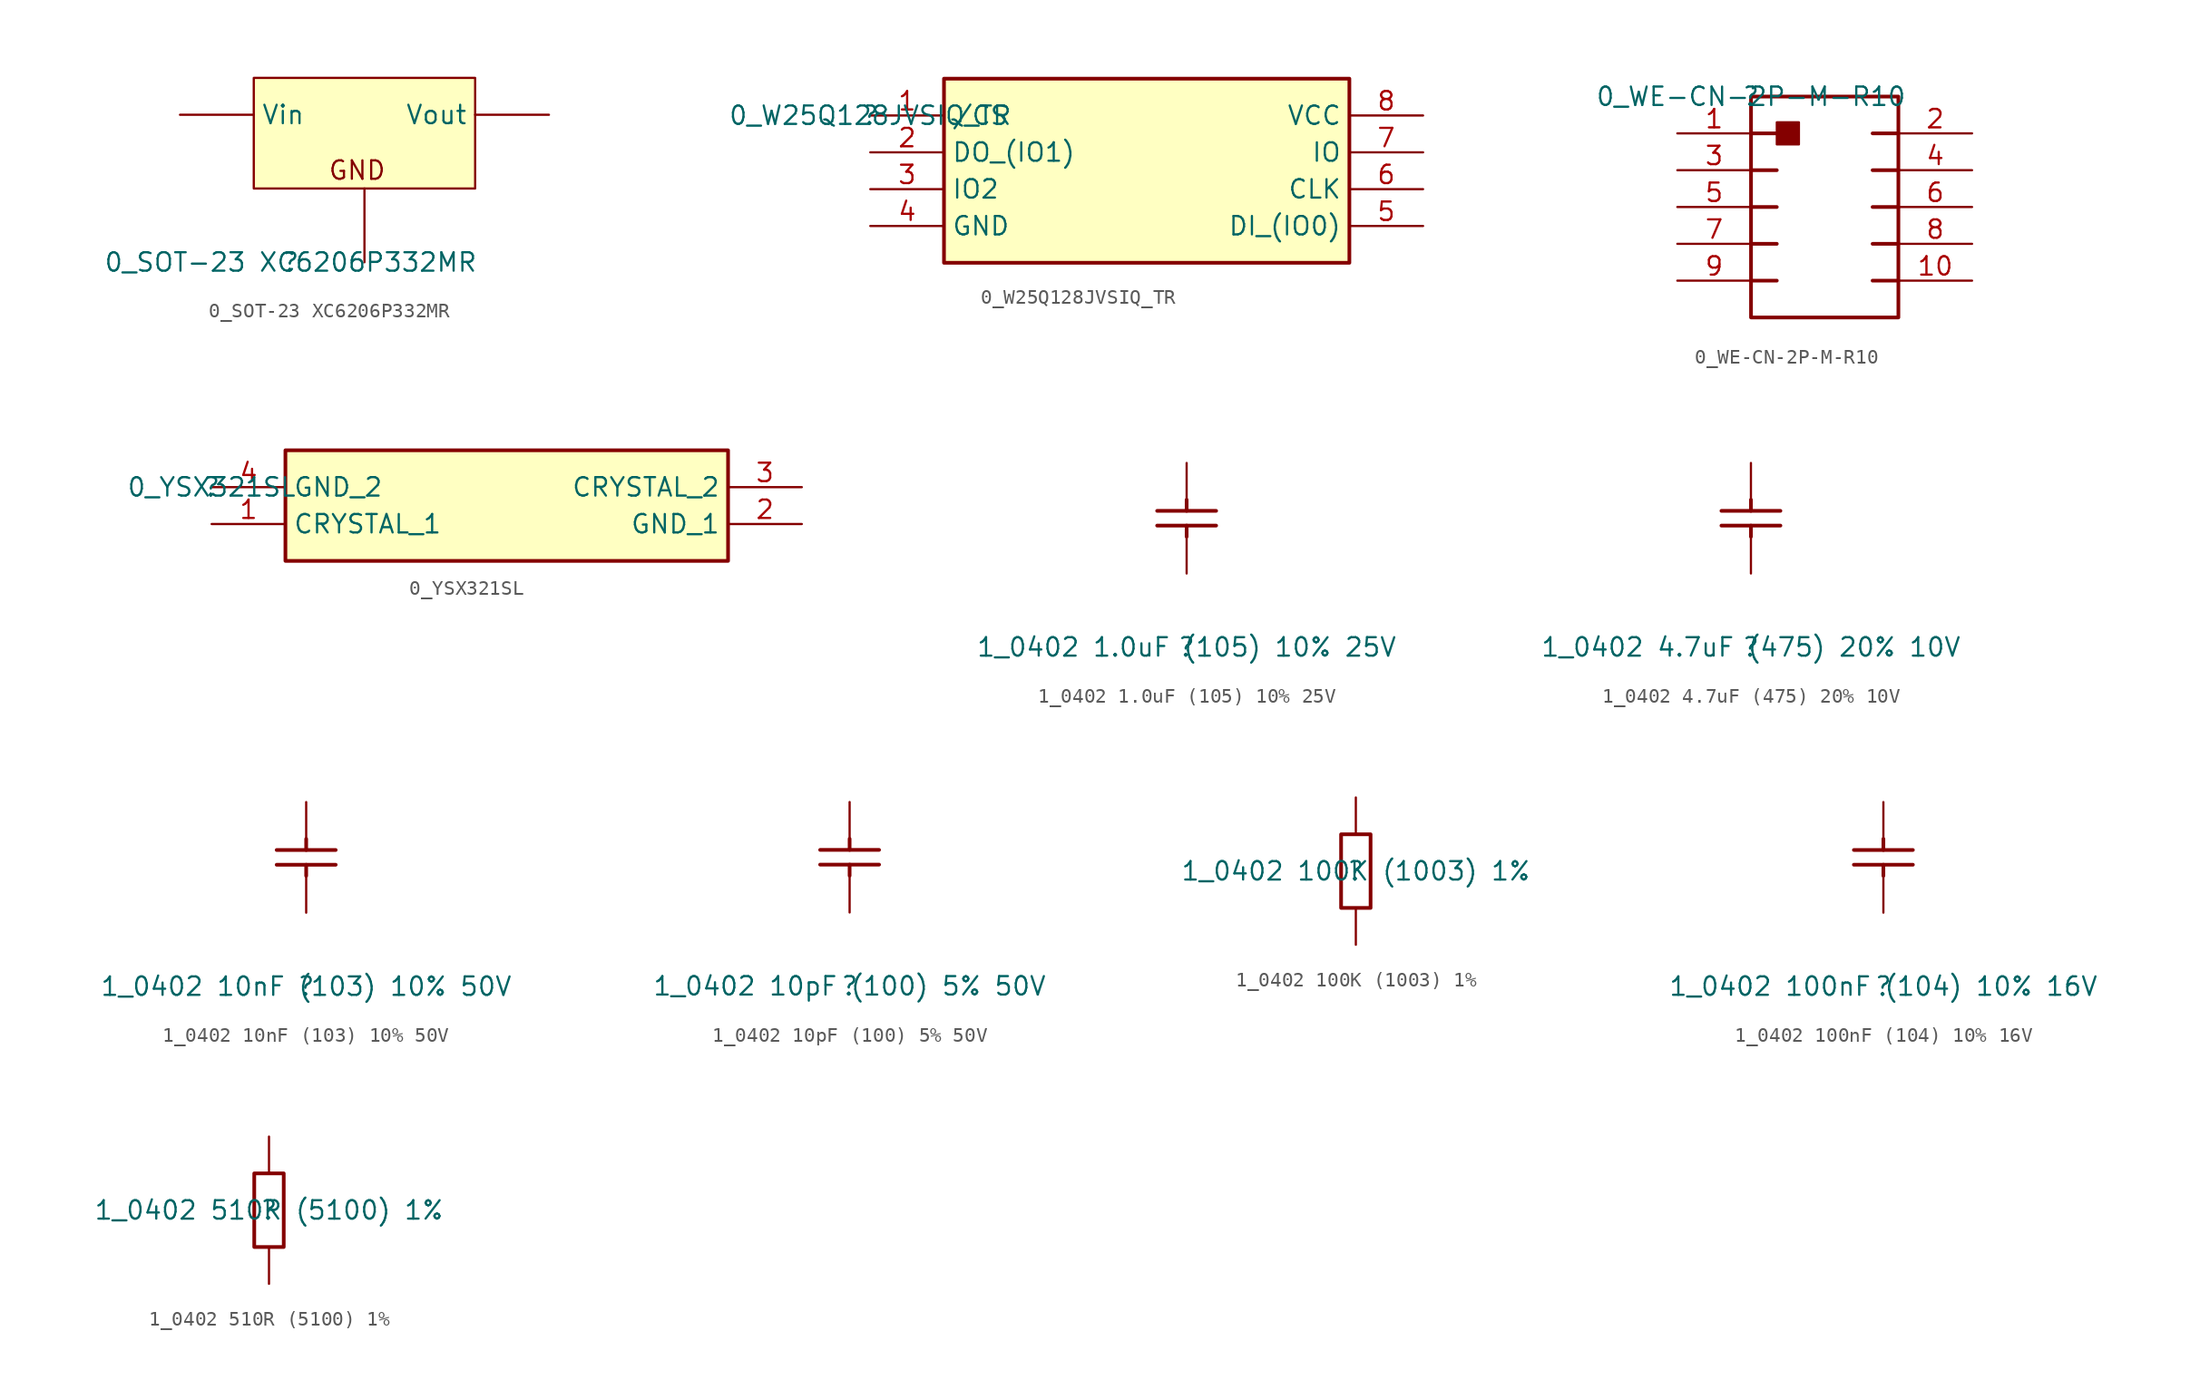
<source format=kicad_sym>
(kicad_symbol_lib
  (version 20211014)
  (generator kicad_symbol_editor)
  (symbol "0_SOT-23 XC6206P332MR"
    (property "Reference" ""
      (at 0 0 0)
      (effects (font (size 1.27 1.27))))
    (property "Value" "0_SOT-23 XC6206P332MR"
      (at 0 0 0)
      (effects (font (size 1.27 1.27))))
    (symbol "0_SOT-23 XC6206P332MR_1_0"
      (rectangle (start 12.7 12.7) (end -2.54 5.08) (stroke (width 0) (type default) (color 0 0 0 0)) (fill (type background)))
      (text "GND" (at 2.54 5.588 0) (effects (font (size 1.27 1.27)) (justify left bottom)))
      (pin passive line (at 5.08 0 90) (length 5.08) (name "GND" (effects (font (size 0 0)))) (number "1" (effects (font (size 0 0)))))
      (pin passive line (at 17.78 10.16 180) (length 5.08) (name "Vout" (effects (font (size 1.27 1.27)))) (number "2" (effects (font (size 0 0)))))
      (pin passive line (at -7.62 10.16 0) (length 5.08) (name "Vin" (effects (font (size 1.27 1.27)))) (number "3" (effects (font (size 0 0)))))))
  (symbol "0_W25Q128JVSIQ_TR"
    (property "Reference" ""
      (at 0 0 0)
      (effects (font (size 1.27 1.27))))
    (property "Value" "0_W25Q128JVSIQ_TR"
      (at 0 0 0)
      (effects (font (size 1.27 1.27))))
    (symbol "0_W25Q128JVSIQ_TR_1_0"
      (rectangle (start 33.02 2.54) (end 5.08 -10.16) (stroke (width 0.254) (type default) (color 0 0 0 0)) (fill (type background)))
      (pin passive line (at 0 0 0) (length 5.08) (name "/CS" (effects (font (size 1.27 1.27)))) (number "1" (effects (font (size 1.27 1.27)))))
      (pin passive line (at 0 -2.54 0) (length 5.08) (name "DO_(IO1)" (effects (font (size 1.27 1.27)))) (number "2" (effects (font (size 1.27 1.27)))))
      (pin passive line (at 0 -5.08 0) (length 5.08) (name "IO2" (effects (font (size 1.27 1.27)))) (number "3" (effects (font (size 1.27 1.27)))))
      (pin passive line (at 0 -7.62 0) (length 5.08) (name "GND" (effects (font (size 1.27 1.27)))) (number "4" (effects (font (size 1.27 1.27)))))
      (pin passive line (at 38.1 -7.62 180) (length 5.08) (name "DI_(IO0)" (effects (font (size 1.27 1.27)))) (number "5" (effects (font (size 1.27 1.27)))))
      (pin passive line (at 38.1 -5.08 180) (length 5.08) (name "CLK" (effects (font (size 1.27 1.27)))) (number "6" (effects (font (size 1.27 1.27)))))
      (pin passive line (at 38.1 -2.54 180) (length 5.08) (name "IO" (effects (font (size 1.27 1.27)))) (number "7" (effects (font (size 1.27 1.27)))))
      (pin passive line (at 38.1 0 180) (length 5.08) (name "VCC" (effects (font (size 1.27 1.27)))) (number "8" (effects (font (size 1.27 1.27)))))))
  (symbol "0_WE-CN-2P-M-R10"
    (property "Reference" ""
      (at 0 0 0)
      (effects (font (size 1.27 1.27))))
    (property "Value" "0_WE-CN-2P-M-R10"
      (at 0 0 0)
      (effects (font (size 1.27 1.27))))
    (symbol "0_WE-CN-2P-M-R10_1_0"
      (polyline (pts (xy 0 -12.7) (xy 1.778 -12.7)) (stroke (width 0.254) (type default) (color 0 0 0 0)) (fill (type none)))
      (polyline (pts (xy 0 -10.16) (xy 1.778 -10.16)) (stroke (width 0.254) (type default) (color 0 0 0 0)) (fill (type none)))
      (polyline (pts (xy 0 -7.62) (xy 1.778 -7.62)) (stroke (width 0.254) (type default) (color 0 0 0 0)) (fill (type none)))
      (polyline (pts (xy 0 -5.08) (xy 1.778 -5.08)) (stroke (width 0.254) (type default) (color 0 0 0 0)) (fill (type none)))
      (polyline (pts (xy 0 -2.54) (xy 1.778 -2.54)) (stroke (width 0.254) (type default) (color 0 0 0 0)) (fill (type none)))
      (polyline (pts (xy 10.16 -12.7) (xy 8.382 -12.7)) (stroke (width 0.254) (type default) (color 0 0 0 0)) (fill (type none)))
      (polyline (pts (xy 10.16 -10.16) (xy 8.382 -10.16)) (stroke (width 0.254) (type default) (color 0 0 0 0)) (fill (type none)))
      (polyline (pts (xy 10.16 -7.62) (xy 8.382 -7.62)) (stroke (width 0.254) (type default) (color 0 0 0 0)) (fill (type none)))
      (polyline (pts (xy 10.16 -5.08) (xy 8.382 -5.08)) (stroke (width 0.254) (type default) (color 0 0 0 0)) (fill (type none)))
      (polyline (pts (xy 10.16 -2.54) (xy 8.382 -2.54)) (stroke (width 0.254) (type default) (color 0 0 0 0)) (fill (type none)))
      (polyline (pts (xy 0 0) (xy 10.16 0) (xy 10.16 -15.24) (xy 0 -15.24) (xy 0 0) (xy 0 -1.27)) (stroke (width 0.254) (type default) (color 0 0 0 0)) (fill (type none)))
      (rectangle (start 3.302 -1.778) (end 1.778 -3.302) (stroke (width 0) (type default) (color 0 0 0 0)) (fill (type outline)))
      (pin passive line (at -5.08 -2.54 0) (length 5.08) (name "1" (effects (font (size 0 0)))) (number "1" (effects (font (size 1.27 1.27)))))
      (pin passive line (at 15.24 -12.7 180) (length 5.08) (name "10" (effects (font (size 0 0)))) (number "10" (effects (font (size 1.27 1.27)))))
      (pin passive line (at 15.24 -2.54 180) (length 5.08) (name "2" (effects (font (size 0 0)))) (number "2" (effects (font (size 1.27 1.27)))))
      (pin passive line (at -5.08 -5.08 0) (length 5.08) (name "3" (effects (font (size 0 0)))) (number "3" (effects (font (size 1.27 1.27)))))
      (pin passive line (at 15.24 -5.08 180) (length 5.08) (name "4" (effects (font (size 0 0)))) (number "4" (effects (font (size 1.27 1.27)))))
      (pin passive line (at -5.08 -7.62 0) (length 5.08) (name "5" (effects (font (size 0 0)))) (number "5" (effects (font (size 1.27 1.27)))))
      (pin passive line (at 15.24 -7.62 180) (length 5.08) (name "6" (effects (font (size 0 0)))) (number "6" (effects (font (size 1.27 1.27)))))
      (pin passive line (at -5.08 -10.16 0) (length 5.08) (name "7" (effects (font (size 0 0)))) (number "7" (effects (font (size 1.27 1.27)))))
      (pin passive line (at 15.24 -10.16 180) (length 5.08) (name "8" (effects (font (size 0 0)))) (number "8" (effects (font (size 1.27 1.27)))))
      (pin passive line (at -5.08 -12.7 0) (length 5.08) (name "9" (effects (font (size 0 0)))) (number "9" (effects (font (size 1.27 1.27)))))))
  (symbol "0_YSX321SL"
    (property "Reference" ""
      (at 0 0 0)
      (effects (font (size 1.27 1.27))))
    (property "Value" "0_YSX321SL"
      (at 0 0 0)
      (effects (font (size 1.27 1.27))))
    (symbol "0_YSX321SL_1_0"
      (rectangle (start 35.56 2.54) (end 5.08 -5.08) (stroke (width 0.254) (type default) (color 0 0 0 0)) (fill (type background)))
      (pin passive line (at 0 -2.54 0) (length 5.08) (name "CRYSTAL_1" (effects (font (size 1.27 1.27)))) (number "1" (effects (font (size 1.27 1.27)))))
      (pin passive line (at 40.64 -2.54 180) (length 5.08) (name "GND_1" (effects (font (size 1.27 1.27)))) (number "2" (effects (font (size 1.27 1.27)))))
      (pin passive line (at 40.64 0 180) (length 5.08) (name "CRYSTAL_2" (effects (font (size 1.27 1.27)))) (number "3" (effects (font (size 1.27 1.27)))))
      (pin passive line (at 0 0 0) (length 5.08) (name "GND_2" (effects (font (size 1.27 1.27)))) (number "4" (effects (font (size 1.27 1.27)))))))
  (symbol "1_0402 1.0uF (105) 10% 25V"
    (property "Reference" ""
      (at 0 0 0)
      (effects (font (size 1.27 1.27))))
    (property "Value" "1_0402 1.0uF (105) 10% 25V"
      (at 0 0 0)
      (effects (font (size 1.27 1.27))))
    (symbol "1_0402 1.0uF (105) 10% 25V_1_0"
      (polyline (pts (xy -2.032 9.398) (xy 2.032 9.398)) (stroke (width 0.254) (type default) (color 0 0 0 0)) (fill (type none)))
      (polyline (pts (xy 0 7.62) (xy 0 8.382)) (stroke (width 0.254) (type default) (color 0 0 0 0)) (fill (type none)))
      (polyline (pts (xy 0 10.16) (xy 0 9.398)) (stroke (width 0.254) (type default) (color 0 0 0 0)) (fill (type none)))
      (polyline (pts (xy 2.032 8.382) (xy -2.032 8.382)) (stroke (width 0.254) (type default) (color 0 0 0 0)) (fill (type none)))
      (pin passive line (at 0 5.08 90) (length 2.54) (name "1" (effects (font (size 0 0)))) (number "1" (effects (font (size 0 0)))))
      (pin passive line (at 0 12.7 270) (length 2.54) (name "2" (effects (font (size 0 0)))) (number "2" (effects (font (size 0 0)))))))
  (symbol "1_0402 4.7uF (475) 20% 10V"
    (property "Reference" ""
      (at 0 0 0)
      (effects (font (size 1.27 1.27))))
    (property "Value" "1_0402 4.7uF (475) 20% 10V"
      (at 0 0 0)
      (effects (font (size 1.27 1.27))))
    (symbol "1_0402 4.7uF (475) 20% 10V_1_0"
      (polyline (pts (xy -2.032 9.398) (xy 2.032 9.398)) (stroke (width 0.254) (type default) (color 0 0 0 0)) (fill (type none)))
      (polyline (pts (xy 0 7.62) (xy 0 8.382)) (stroke (width 0.254) (type default) (color 0 0 0 0)) (fill (type none)))
      (polyline (pts (xy 0 10.16) (xy 0 9.398)) (stroke (width 0.254) (type default) (color 0 0 0 0)) (fill (type none)))
      (polyline (pts (xy 2.032 8.382) (xy -2.032 8.382)) (stroke (width 0.254) (type default) (color 0 0 0 0)) (fill (type none)))
      (pin passive line (at 0 5.08 90) (length 2.54) (name "1" (effects (font (size 0 0)))) (number "1" (effects (font (size 0 0)))))
      (pin passive line (at 0 12.7 270) (length 2.54) (name "2" (effects (font (size 0 0)))) (number "2" (effects (font (size 0 0)))))))
  (symbol "1_0402 10nF (103) 10% 50V"
    (property "Reference" ""
      (at 0 0 0)
      (effects (font (size 1.27 1.27))))
    (property "Value" "1_0402 10nF (103) 10% 50V"
      (at 0 0 0)
      (effects (font (size 1.27 1.27))))
    (symbol "1_0402 10nF (103) 10% 50V_1_0"
      (polyline (pts (xy -2.032 9.398) (xy 2.032 9.398)) (stroke (width 0.254) (type default) (color 0 0 0 0)) (fill (type none)))
      (polyline (pts (xy 0 7.62) (xy 0 8.382)) (stroke (width 0.254) (type default) (color 0 0 0 0)) (fill (type none)))
      (polyline (pts (xy 0 10.16) (xy 0 9.398)) (stroke (width 0.254) (type default) (color 0 0 0 0)) (fill (type none)))
      (polyline (pts (xy 2.032 8.382) (xy -2.032 8.382)) (stroke (width 0.254) (type default) (color 0 0 0 0)) (fill (type none)))
      (pin passive line (at 0 5.08 90) (length 2.54) (name "1" (effects (font (size 0 0)))) (number "1" (effects (font (size 0 0)))))
      (pin passive line (at 0 12.7 270) (length 2.54) (name "2" (effects (font (size 0 0)))) (number "2" (effects (font (size 0 0)))))))
  (symbol "1_0402 10pF (100) 5% 50V"
    (property "Reference" ""
      (at 0 0 0)
      (effects (font (size 1.27 1.27))))
    (property "Value" "1_0402 10pF (100) 5% 50V"
      (at 0 0 0)
      (effects (font (size 1.27 1.27))))
    (symbol "1_0402 10pF (100) 5% 50V_1_0"
      (polyline (pts (xy -2.032 9.398) (xy 2.032 9.398)) (stroke (width 0.254) (type default) (color 0 0 0 0)) (fill (type none)))
      (polyline (pts (xy 0 7.62) (xy 0 8.382)) (stroke (width 0.254) (type default) (color 0 0 0 0)) (fill (type none)))
      (polyline (pts (xy 0 10.16) (xy 0 9.398)) (stroke (width 0.254) (type default) (color 0 0 0 0)) (fill (type none)))
      (polyline (pts (xy 2.032 8.382) (xy -2.032 8.382)) (stroke (width 0.254) (type default) (color 0 0 0 0)) (fill (type none)))
      (pin passive line (at 0 5.08 90) (length 2.54) (name "1" (effects (font (size 0 0)))) (number "1" (effects (font (size 0 0)))))
      (pin passive line (at 0 12.7 270) (length 2.54) (name "2" (effects (font (size 0 0)))) (number "2" (effects (font (size 0 0)))))))
  (symbol "1_0402 100K (1003) 1%"
    (property "Reference" ""
      (at 0 0 0)
      (effects (font (size 1.27 1.27))))
    (property "Value" "1_0402 100K (1003) 1%"
      (at 0 0 0)
      (effects (font (size 1.27 1.27))))
    (symbol "1_0402 100K (1003) 1%_1_0"
      (rectangle (start 1.016 2.54) (end -1.016 -2.54) (stroke (width 0.254) (type default) (color 0 0 0 0)) (fill (type none)))
      (pin passive line (at 0 -5.08 90) (length 2.54) (name "1" (effects (font (size 0 0)))) (number "1" (effects (font (size 0 0)))))
      (pin passive line (at 0 5.08 270) (length 2.54) (name "2" (effects (font (size 0 0)))) (number "2" (effects (font (size 0 0)))))))
  (symbol "1_0402 100nF (104) 10% 16V"
    (property "Reference" ""
      (at 0 0 0)
      (effects (font (size 1.27 1.27))))
    (property "Value" "1_0402 100nF (104) 10% 16V"
      (at 0 0 0)
      (effects (font (size 1.27 1.27))))
    (symbol "1_0402 100nF (104) 10% 16V_1_0"
      (polyline (pts (xy -2.032 9.398) (xy 2.032 9.398)) (stroke (width 0.254) (type default) (color 0 0 0 0)) (fill (type none)))
      (polyline (pts (xy 0 7.62) (xy 0 8.382)) (stroke (width 0.254) (type default) (color 0 0 0 0)) (fill (type none)))
      (polyline (pts (xy 0 10.16) (xy 0 9.398)) (stroke (width 0.254) (type default) (color 0 0 0 0)) (fill (type none)))
      (polyline (pts (xy 2.032 8.382) (xy -2.032 8.382)) (stroke (width 0.254) (type default) (color 0 0 0 0)) (fill (type none)))
      (pin passive line (at 0 5.08 90) (length 2.54) (name "1" (effects (font (size 0 0)))) (number "1" (effects (font (size 0 0)))))
      (pin passive line (at 0 12.7 270) (length 2.54) (name "2" (effects (font (size 0 0)))) (number "2" (effects (font (size 0 0)))))))
  (symbol "1_0402 510R (5100) 1%"
    (property "Reference" ""
      (at 0 0 0)
      (effects (font (size 1.27 1.27))))
    (property "Value" "1_0402 510R (5100) 1%"
      (at 0 0 0)
      (effects (font (size 1.27 1.27))))
    (symbol "1_0402 510R (5100) 1%_1_0"
      (rectangle (start 1.016 2.54) (end -1.016 -2.54) (stroke (width 0.254) (type default) (color 0 0 0 0)) (fill (type none)))
      (pin passive line (at 0 -5.08 90) (length 2.54) (name "1" (effects (font (size 0 0)))) (number "1" (effects (font (size 0 0)))))
      (pin passive line (at 0 5.08 270) (length 2.54) (name "2" (effects (font (size 0 0)))) (number "2" (effects (font (size 0 0))))))))
</source>
